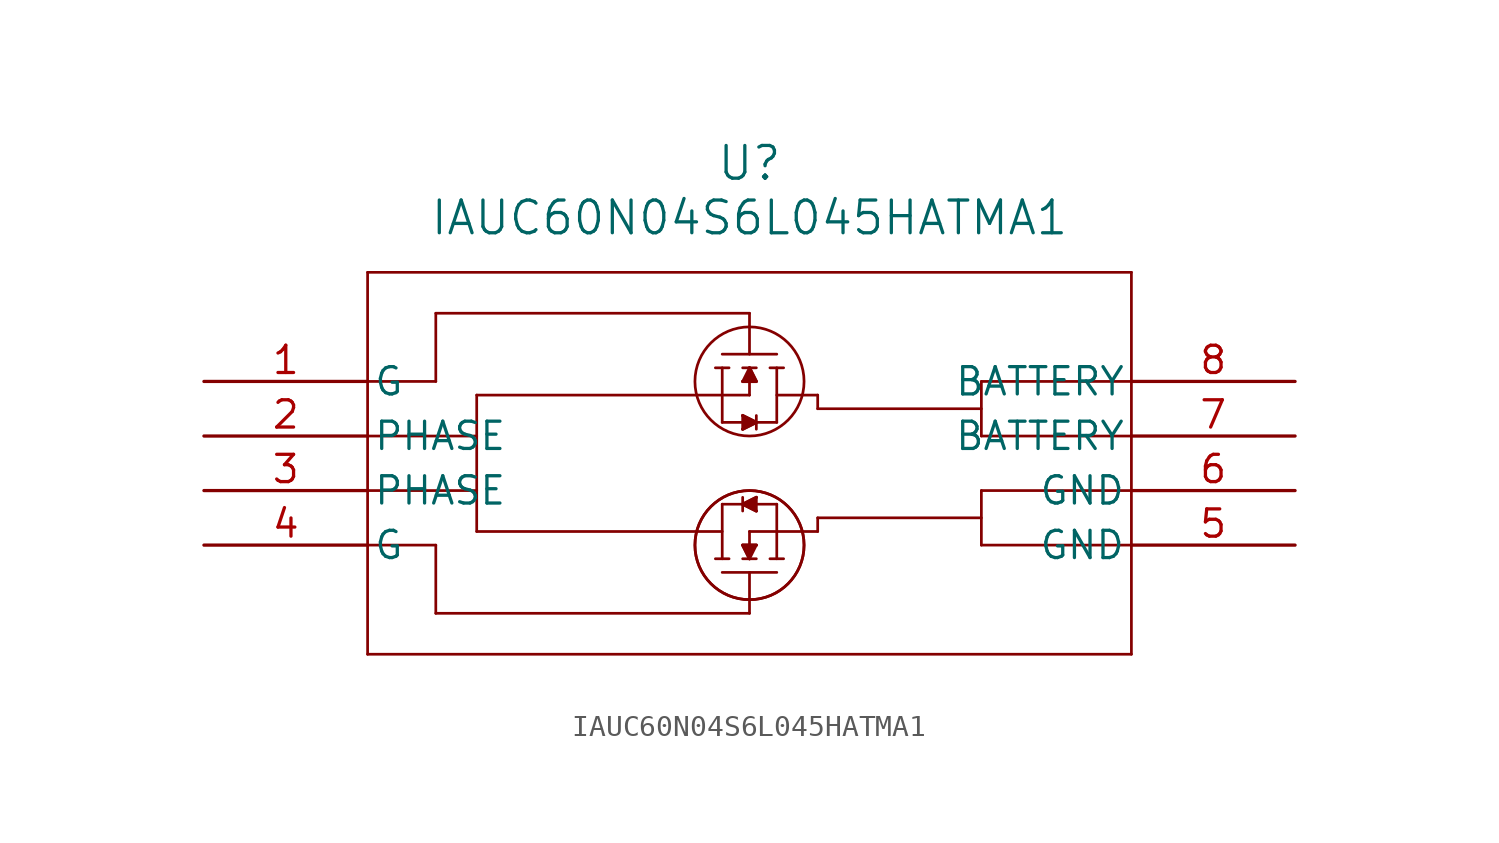
<source format=kicad_sym>
(kicad_symbol_lib
  (version 20220914)
  (generator kicad_symbol_editor)
  (symbol "IAUC60N04S6L045HATMA1"
    (pin_names
      (offset 0.254))
    (property "Reference" "U"
      (at 25.4 10.16 0)
      (effects (font (size 1.524 1.524))))
    (property "Value" "IAUC60N04S6L045HATMA1"
      (at 25.4 7.62 0)
      (effects (font (size 1.524 1.524))))
    (property "ki_locked" ""
      (at 0 0 0)
      (effects (font (size 1.27 1.27))))
    (symbol "IAUC60N04S6L045HATMA1_0_1"
      (polyline (pts (xy 7.62 -12.7) (xy 43.18 -12.7)) (stroke (width 0.127) (type default)) (fill (type none)))
      (polyline (pts (xy 7.62 -5.08) (xy 12.7 -5.08)) (stroke (width 0.127) (type default)) (fill (type none)))
      (polyline (pts (xy 7.62 -2.54) (xy 12.7 -2.54)) (stroke (width 0.127) (type default)) (fill (type none)))
      (polyline (pts (xy 7.62 0) (xy 10.795 0)) (stroke (width 0.127) (type default)) (fill (type none)))
      (polyline (pts (xy 7.62 5.08) (xy 7.62 -12.7)) (stroke (width 0.127) (type default)) (fill (type none)))
      (polyline (pts (xy 10.795 -10.795) (xy 10.795 -7.62)) (stroke (width 0.127) (type default)) (fill (type none)))
      (polyline (pts (xy 10.795 -7.62) (xy 7.62 -7.62)) (stroke (width 0.127) (type default)) (fill (type none)))
      (polyline (pts (xy 10.795 3.175) (xy 10.795 0)) (stroke (width 0.127) (type default)) (fill (type none)))
      (polyline (pts (xy 12.7 -0.635) (xy 12.7 -6.985)) (stroke (width 0.127) (type default)) (fill (type none)))
      (polyline (pts (xy 23.812 0.635) (xy 24.448 0.635)) (stroke (width 0.127) (type default)) (fill (type none)))
      (polyline (pts (xy 24.13 -6.985) (xy 12.7 -6.985)) (stroke (width 0.127) (type default)) (fill (type none)))
      (polyline (pts (xy 24.13 -5.715) (xy 24.13 -8.255)) (stroke (width 0.127) (type default)) (fill (type none)))
      (polyline (pts (xy 24.13 -1.905) (xy 26.67 -1.905)) (stroke (width 0.127) (type default)) (fill (type none)))
      (polyline (pts (xy 24.13 0.635) (xy 24.13 -1.905)) (stroke (width 0.127) (type default)) (fill (type none)))
      (polyline (pts (xy 24.13 1.27) (xy 26.67 1.27)) (stroke (width 0.127) (type default)) (fill (type none)))
      (polyline (pts (xy 24.448 -8.255) (xy 23.812 -8.255)) (stroke (width 0.127) (type default)) (fill (type none)))
      (polyline (pts (xy 25.082 -7.62) (xy 25.4 -8.255)) (stroke (width 0.127) (type default)) (fill (type none)))
      (polyline (pts (xy 25.082 -6.032) (xy 25.082 -5.397)) (stroke (width 0.127) (type default)) (fill (type none)))
      (polyline (pts (xy 25.082 -5.715) (xy 25.718 -6.032)) (stroke (width 0.127) (type default)) (fill (type none)))
      (polyline (pts (xy 25.082 -2.223) (xy 25.718 -1.905)) (stroke (width 0.127) (type default)) (fill (type none)))
      (polyline (pts (xy 25.082 -1.587) (xy 25.082 -2.223)) (stroke (width 0.127) (type default)) (fill (type none)))
      (polyline (pts (xy 25.082 0) (xy 25.718 0)) (stroke (width 0.127) (type default)) (fill (type none)))
      (polyline (pts (xy 25.082 0.635) (xy 25.718 0.635)) (stroke (width 0.127) (type default)) (fill (type none)))
      (polyline (pts (xy 25.4 -10.795) (xy 10.795 -10.795)) (stroke (width 0.127) (type default)) (fill (type none)))
      (polyline (pts (xy 25.4 -8.89) (xy 25.4 -10.795)) (stroke (width 0.127) (type default)) (fill (type none)))
      (polyline (pts (xy 25.4 -8.255) (xy 25.4 -6.985)) (stroke (width 0.127) (type default)) (fill (type none)))
      (polyline (pts (xy 25.4 -8.255) (xy 25.718 -7.62)) (stroke (width 0.127) (type default)) (fill (type none)))
      (polyline (pts (xy 25.4 -6.985) (xy 28.575 -6.985)) (stroke (width 0.127) (type default)) (fill (type none)))
      (polyline (pts (xy 25.4 -0.635) (xy 12.7 -0.635)) (stroke (width 0.127) (type default)) (fill (type none)))
      (polyline (pts (xy 25.4 0.635) (xy 25.082 0)) (stroke (width 0.127) (type default)) (fill (type none)))
      (polyline (pts (xy 25.4 0.635) (xy 25.4 -0.635)) (stroke (width 0.127) (type default)) (fill (type none)))
      (polyline (pts (xy 25.4 1.27) (xy 25.4 3.175)) (stroke (width 0.127) (type default)) (fill (type none)))
      (polyline (pts (xy 25.4 3.175) (xy 10.795 3.175)) (stroke (width 0.127) (type default)) (fill (type none)))
      (polyline (pts (xy 25.718 -8.255) (xy 25.082 -8.255)) (stroke (width 0.127) (type default)) (fill (type none)))
      (polyline (pts (xy 25.718 -7.62) (xy 25.082 -7.62)) (stroke (width 0.127) (type default)) (fill (type none)))
      (polyline (pts (xy 25.718 -6.032) (xy 25.718 -5.397)) (stroke (width 0.127) (type default)) (fill (type none)))
      (polyline (pts (xy 25.718 -5.397) (xy 25.082 -5.715)) (stroke (width 0.127) (type default)) (fill (type none)))
      (polyline (pts (xy 25.718 -1.905) (xy 25.082 -1.587)) (stroke (width 0.127) (type default)) (fill (type none)))
      (polyline (pts (xy 25.718 -1.587) (xy 25.718 -2.223)) (stroke (width 0.127) (type default)) (fill (type none)))
      (polyline (pts (xy 25.718 0) (xy 25.4 0.635)) (stroke (width 0.127) (type default)) (fill (type none)))
      (polyline (pts (xy 26.352 0.635) (xy 26.988 0.635)) (stroke (width 0.127) (type default)) (fill (type none)))
      (polyline (pts (xy 26.67 -8.89) (xy 24.13 -8.89)) (stroke (width 0.127) (type default)) (fill (type none)))
      (polyline (pts (xy 26.67 -8.255) (xy 26.67 -5.715)) (stroke (width 0.127) (type default)) (fill (type none)))
      (polyline (pts (xy 26.67 -5.715) (xy 24.13 -5.715)) (stroke (width 0.127) (type default)) (fill (type none)))
      (polyline (pts (xy 26.67 -1.905) (xy 26.67 0.635)) (stroke (width 0.127) (type default)) (fill (type none)))
      (polyline (pts (xy 26.67 -0.635) (xy 28.575 -0.635)) (stroke (width 0.127) (type default)) (fill (type none)))
      (polyline (pts (xy 26.988 -8.255) (xy 26.352 -8.255)) (stroke (width 0.127) (type default)) (fill (type none)))
      (polyline (pts (xy 28.575 -6.35) (xy 28.575 -6.985)) (stroke (width 0.127) (type default)) (fill (type none)))
      (polyline (pts (xy 28.575 -0.635) (xy 28.575 -1.27)) (stroke (width 0.127) (type default)) (fill (type none)))
      (polyline (pts (xy 36.195 -7.62) (xy 36.195 -5.08)) (stroke (width 0.127) (type default)) (fill (type none)))
      (polyline (pts (xy 36.195 -6.35) (xy 28.575 -6.35)) (stroke (width 0.127) (type default)) (fill (type none)))
      (polyline (pts (xy 36.195 -2.54) (xy 43.18 -2.54)) (stroke (width 0.127) (type default)) (fill (type none)))
      (polyline (pts (xy 36.195 -1.27) (xy 28.575 -1.27)) (stroke (width 0.127) (type default)) (fill (type none)))
      (polyline (pts (xy 36.195 0) (xy 36.195 -2.54)) (stroke (width 0.127) (type default)) (fill (type none)))
      (polyline (pts (xy 43.18 -12.7) (xy 43.18 5.08)) (stroke (width 0.127) (type default)) (fill (type none)))
      (polyline (pts (xy 43.18 -7.62) (xy 36.195 -7.62)) (stroke (width 0.127) (type default)) (fill (type none)))
      (polyline (pts (xy 43.18 -5.08) (xy 36.195 -5.08)) (stroke (width 0.127) (type default)) (fill (type none)))
      (polyline (pts (xy 43.18 0) (xy 36.195 0)) (stroke (width 0.127) (type default)) (fill (type none)))
      (polyline (pts (xy 43.18 5.08) (xy 7.62 5.08)) (stroke (width 0.127) (type default)) (fill (type none)))
      (polyline (pts (xy 25.082 -2.223) (xy 25.718 -1.905) (xy 25.082 -1.587)) (stroke (width 0) (type default)) (fill (type outline)))
      (polyline (pts (xy 25.082 0) (xy 25.718 0) (xy 25.4 0.635)) (stroke (width 0) (type default)) (fill (type outline)))
      (polyline (pts (xy 25.718 -7.62) (xy 25.082 -7.62) (xy 25.4 -8.255)) (stroke (width 0) (type default)) (fill (type outline)))
      (polyline (pts (xy 25.718 -5.397) (xy 25.082 -5.715) (xy 25.718 -6.032)) (stroke (width 0) (type default)) (fill (type outline)))
      (circle (center 25.4 -7.62) (radius 2.54) (stroke (width 0.127) (type default)) (fill (type none)))
      (circle (center 25.4 -7.62) (radius 2.54) (stroke (width 0.127) (type default)) (fill (type none)))
      (circle (center 25.4 0) (radius 2.54) (stroke (width 0.127) (type default)) (fill (type none)))
      (pin power_out line (at 50.8 -7.62 180) (length 7.62) (name "GND" (effects (font (size 1.27 1.27)))) (number "5" (effects (font (size 1.27 1.27)))))
      (pin power_out line (at 50.8 -5.08 180) (length 7.62) (name "GND" (effects (font (size 1.27 1.27)))) (number "6" (effects (font (size 1.27 1.27))))))
    (symbol "IAUC60N04S6L045HATMA1_1_1"
      (pin input line (at 0 0 0) (length 7.62) (name "G" (effects (font (size 1.27 1.27)))) (number "1" (effects (font (size 1.27 1.27)))))
      (pin power_out line (at 0 -2.54 0) (length 7.62) (name "PHASE" (effects (font (size 1.27 1.27)))) (number "2" (effects (font (size 1.27 1.27)))))
      (pin power_out line (at 0 -5.08 0) (length 7.62) (name "PHASE" (effects (font (size 1.27 1.27)))) (number "3" (effects (font (size 1.27 1.27)))))
      (pin input line (at 0 -7.62 0) (length 7.62) (name "G" (effects (font (size 1.27 1.27)))) (number "4" (effects (font (size 1.27 1.27)))))
      (pin power_in line (at 50.8 -2.54 180) (length 7.62) (name "BATTERY" (effects (font (size 1.27 1.27)))) (number "7" (effects (font (size 1.27 1.27)))))
      (pin power_in line (at 50.8 0 180) (length 7.62) (name "BATTERY" (effects (font (size 1.27 1.27)))) (number "8" (effects (font (size 1.27 1.27))))))))
</source>
